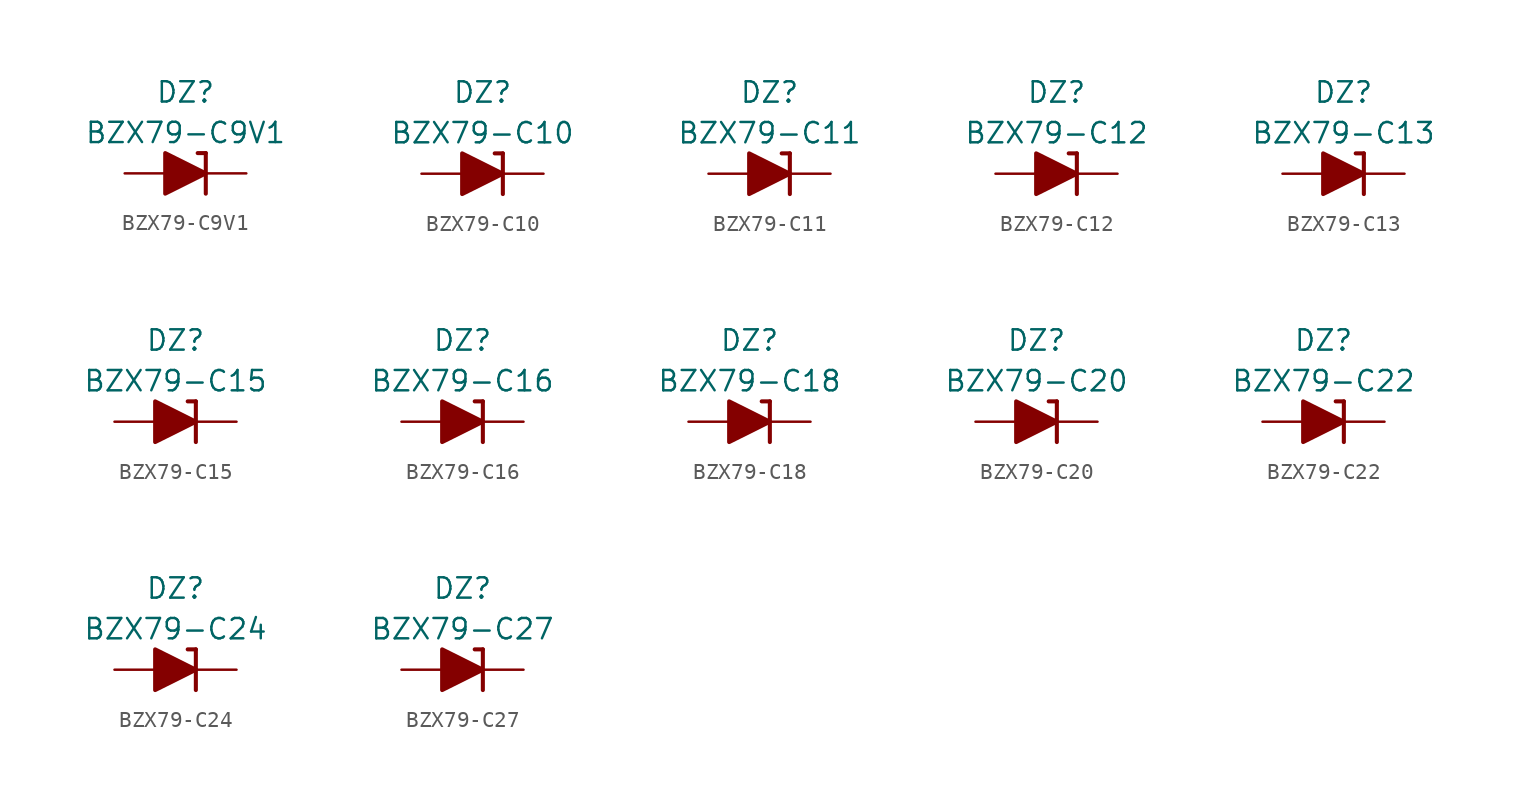
<source format=kicad_sym>
(kicad_symbol_lib
  (version 20201005)
  (generator kicad_symbol_editor)
  (symbol "Diode_Zener_AKL:BZX79-C9V1"
    (pin_numbers hide)
    (pin_names
      (offset 1.016) hide)
    (property "Reference" "DZ"
      (at 0 5.08 0)
      (effects (font (size 1.27 1.27))))
    (property "Value" "BZX79-C9V1"
      (at 0 2.54 0)
      (effects (font (size 1.27 1.27))))
    (symbol "BZX79-C9V1_0_1"
      (polyline (pts (xy -1.27 0) (xy 1.27 0)) (stroke (width 0)) (fill (type none)))
      (polyline (pts (xy 1.27 1.27) (xy 0.762 1.27)) (stroke (width 0.254)) (fill (type none)))
      (polyline (pts (xy 1.27 1.27) (xy 1.27 -1.27)) (stroke (width 0.254)) (fill (type none)))
      (polyline (pts (xy -1.27 -1.27) (xy -1.27 1.27) (xy 1.27 0) (xy -1.27 -1.27)) (stroke (width 0.254)) (fill (type outline))))
    (symbol "BZX79-C9V1_1_1"
      (pin passive line (at 3.81 0 180) (length 2.54) (name "K" (effects (font (size 1.27 1.27)))) (number "1" (effects (font (size 1.27 1.27)))))
      (pin passive line (at -3.81 0 0) (length 2.54) (name "A" (effects (font (size 1.27 1.27)))) (number "2" (effects (font (size 1.27 1.27)))))))
  (symbol "Diode_Zener_AKL:BZX79-C10"
    (pin_numbers hide)
    (pin_names
      (offset 1.016) hide)
    (property "Reference" "DZ"
      (at 0 5.08 0)
      (effects (font (size 1.27 1.27))))
    (property "Value" "BZX79-C10"
      (at 0 2.54 0)
      (effects (font (size 1.27 1.27))))
    (symbol "BZX79-C10_0_1"
      (polyline (pts (xy -1.27 0) (xy 1.27 0)) (stroke (width 0)) (fill (type none)))
      (polyline (pts (xy 1.27 1.27) (xy 0.762 1.27)) (stroke (width 0.254)) (fill (type none)))
      (polyline (pts (xy 1.27 1.27) (xy 1.27 -1.27)) (stroke (width 0.254)) (fill (type none)))
      (polyline (pts (xy -1.27 -1.27) (xy -1.27 1.27) (xy 1.27 0) (xy -1.27 -1.27)) (stroke (width 0.254)) (fill (type outline))))
    (symbol "BZX79-C10_1_1"
      (pin passive line (at 3.81 0 180) (length 2.54) (name "K" (effects (font (size 1.27 1.27)))) (number "1" (effects (font (size 1.27 1.27)))))
      (pin passive line (at -3.81 0 0) (length 2.54) (name "A" (effects (font (size 1.27 1.27)))) (number "2" (effects (font (size 1.27 1.27)))))))
  (symbol "Diode_Zener_AKL:BZX79-C11"
    (pin_numbers hide)
    (pin_names
      (offset 1.016) hide)
    (property "Reference" "DZ"
      (at 0 5.08 0)
      (effects (font (size 1.27 1.27))))
    (property "Value" "BZX79-C11"
      (at 0 2.54 0)
      (effects (font (size 1.27 1.27))))
    (symbol "BZX79-C11_0_1"
      (polyline (pts (xy -1.27 0) (xy 1.27 0)) (stroke (width 0)) (fill (type none)))
      (polyline (pts (xy 1.27 1.27) (xy 0.762 1.27)) (stroke (width 0.254)) (fill (type none)))
      (polyline (pts (xy 1.27 1.27) (xy 1.27 -1.27)) (stroke (width 0.254)) (fill (type none)))
      (polyline (pts (xy -1.27 -1.27) (xy -1.27 1.27) (xy 1.27 0) (xy -1.27 -1.27)) (stroke (width 0.254)) (fill (type outline))))
    (symbol "BZX79-C11_1_1"
      (pin passive line (at 3.81 0 180) (length 2.54) (name "K" (effects (font (size 1.27 1.27)))) (number "1" (effects (font (size 1.27 1.27)))))
      (pin passive line (at -3.81 0 0) (length 2.54) (name "A" (effects (font (size 1.27 1.27)))) (number "2" (effects (font (size 1.27 1.27)))))))
  (symbol "Diode_Zener_AKL:BZX79-C12"
    (pin_numbers hide)
    (pin_names
      (offset 1.016) hide)
    (property "Reference" "DZ"
      (at 0 5.08 0)
      (effects (font (size 1.27 1.27))))
    (property "Value" "BZX79-C12"
      (at 0 2.54 0)
      (effects (font (size 1.27 1.27))))
    (symbol "BZX79-C12_0_1"
      (polyline (pts (xy -1.27 0) (xy 1.27 0)) (stroke (width 0)) (fill (type none)))
      (polyline (pts (xy 1.27 1.27) (xy 0.762 1.27)) (stroke (width 0.254)) (fill (type none)))
      (polyline (pts (xy 1.27 1.27) (xy 1.27 -1.27)) (stroke (width 0.254)) (fill (type none)))
      (polyline (pts (xy -1.27 -1.27) (xy -1.27 1.27) (xy 1.27 0) (xy -1.27 -1.27)) (stroke (width 0.254)) (fill (type outline))))
    (symbol "BZX79-C12_1_1"
      (pin passive line (at 3.81 0 180) (length 2.54) (name "K" (effects (font (size 1.27 1.27)))) (number "1" (effects (font (size 1.27 1.27)))))
      (pin passive line (at -3.81 0 0) (length 2.54) (name "A" (effects (font (size 1.27 1.27)))) (number "2" (effects (font (size 1.27 1.27)))))))
  (symbol "Diode_Zener_AKL:BZX79-C13"
    (pin_numbers hide)
    (pin_names
      (offset 1.016) hide)
    (property "Reference" "DZ"
      (at 0 5.08 0)
      (effects (font (size 1.27 1.27))))
    (property "Value" "BZX79-C13"
      (at 0 2.54 0)
      (effects (font (size 1.27 1.27))))
    (symbol "BZX79-C13_0_1"
      (polyline (pts (xy -1.27 0) (xy 1.27 0)) (stroke (width 0)) (fill (type none)))
      (polyline (pts (xy 1.27 1.27) (xy 0.762 1.27)) (stroke (width 0.254)) (fill (type none)))
      (polyline (pts (xy 1.27 1.27) (xy 1.27 -1.27)) (stroke (width 0.254)) (fill (type none)))
      (polyline (pts (xy -1.27 -1.27) (xy -1.27 1.27) (xy 1.27 0) (xy -1.27 -1.27)) (stroke (width 0.254)) (fill (type outline))))
    (symbol "BZX79-C13_1_1"
      (pin passive line (at 3.81 0 180) (length 2.54) (name "K" (effects (font (size 1.27 1.27)))) (number "1" (effects (font (size 1.27 1.27)))))
      (pin passive line (at -3.81 0 0) (length 2.54) (name "A" (effects (font (size 1.27 1.27)))) (number "2" (effects (font (size 1.27 1.27)))))))
  (symbol "Diode_Zener_AKL:BZX79-C15"
    (pin_numbers hide)
    (pin_names
      (offset 1.016) hide)
    (property "Reference" "DZ"
      (at 0 5.08 0)
      (effects (font (size 1.27 1.27))))
    (property "Value" "BZX79-C15"
      (at 0 2.54 0)
      (effects (font (size 1.27 1.27))))
    (symbol "BZX79-C15_0_1"
      (polyline (pts (xy -1.27 0) (xy 1.27 0)) (stroke (width 0)) (fill (type none)))
      (polyline (pts (xy 1.27 1.27) (xy 0.762 1.27)) (stroke (width 0.254)) (fill (type none)))
      (polyline (pts (xy 1.27 1.27) (xy 1.27 -1.27)) (stroke (width 0.254)) (fill (type none)))
      (polyline (pts (xy -1.27 -1.27) (xy -1.27 1.27) (xy 1.27 0) (xy -1.27 -1.27)) (stroke (width 0.254)) (fill (type outline))))
    (symbol "BZX79-C15_1_1"
      (pin passive line (at 3.81 0 180) (length 2.54) (name "K" (effects (font (size 1.27 1.27)))) (number "1" (effects (font (size 1.27 1.27)))))
      (pin passive line (at -3.81 0 0) (length 2.54) (name "A" (effects (font (size 1.27 1.27)))) (number "2" (effects (font (size 1.27 1.27)))))))
  (symbol "Diode_Zener_AKL:BZX79-C16"
    (pin_numbers hide)
    (pin_names
      (offset 1.016) hide)
    (property "Reference" "DZ"
      (at 0 5.08 0)
      (effects (font (size 1.27 1.27))))
    (property "Value" "BZX79-C16"
      (at 0 2.54 0)
      (effects (font (size 1.27 1.27))))
    (symbol "BZX79-C16_0_1"
      (polyline (pts (xy -1.27 0) (xy 1.27 0)) (stroke (width 0)) (fill (type none)))
      (polyline (pts (xy 1.27 1.27) (xy 0.762 1.27)) (stroke (width 0.254)) (fill (type none)))
      (polyline (pts (xy 1.27 1.27) (xy 1.27 -1.27)) (stroke (width 0.254)) (fill (type none)))
      (polyline (pts (xy -1.27 -1.27) (xy -1.27 1.27) (xy 1.27 0) (xy -1.27 -1.27)) (stroke (width 0.254)) (fill (type outline))))
    (symbol "BZX79-C16_1_1"
      (pin passive line (at 3.81 0 180) (length 2.54) (name "K" (effects (font (size 1.27 1.27)))) (number "1" (effects (font (size 1.27 1.27)))))
      (pin passive line (at -3.81 0 0) (length 2.54) (name "A" (effects (font (size 1.27 1.27)))) (number "2" (effects (font (size 1.27 1.27)))))))
  (symbol "Diode_Zener_AKL:BZX79-C18"
    (pin_numbers hide)
    (pin_names
      (offset 1.016) hide)
    (property "Reference" "DZ"
      (at 0 5.08 0)
      (effects (font (size 1.27 1.27))))
    (property "Value" "BZX79-C18"
      (at 0 2.54 0)
      (effects (font (size 1.27 1.27))))
    (symbol "BZX79-C18_0_1"
      (polyline (pts (xy -1.27 0) (xy 1.27 0)) (stroke (width 0)) (fill (type none)))
      (polyline (pts (xy 1.27 1.27) (xy 0.762 1.27)) (stroke (width 0.254)) (fill (type none)))
      (polyline (pts (xy 1.27 1.27) (xy 1.27 -1.27)) (stroke (width 0.254)) (fill (type none)))
      (polyline (pts (xy -1.27 -1.27) (xy -1.27 1.27) (xy 1.27 0) (xy -1.27 -1.27)) (stroke (width 0.254)) (fill (type outline))))
    (symbol "BZX79-C18_1_1"
      (pin passive line (at 3.81 0 180) (length 2.54) (name "K" (effects (font (size 1.27 1.27)))) (number "1" (effects (font (size 1.27 1.27)))))
      (pin passive line (at -3.81 0 0) (length 2.54) (name "A" (effects (font (size 1.27 1.27)))) (number "2" (effects (font (size 1.27 1.27)))))))
  (symbol "Diode_Zener_AKL:BZX79-C20"
    (pin_numbers hide)
    (pin_names
      (offset 1.016) hide)
    (property "Reference" "DZ"
      (at 0 5.08 0)
      (effects (font (size 1.27 1.27))))
    (property "Value" "BZX79-C20"
      (at 0 2.54 0)
      (effects (font (size 1.27 1.27))))
    (symbol "BZX79-C20_0_1"
      (polyline (pts (xy -1.27 0) (xy 1.27 0)) (stroke (width 0)) (fill (type none)))
      (polyline (pts (xy 1.27 1.27) (xy 0.762 1.27)) (stroke (width 0.254)) (fill (type none)))
      (polyline (pts (xy 1.27 1.27) (xy 1.27 -1.27)) (stroke (width 0.254)) (fill (type none)))
      (polyline (pts (xy -1.27 -1.27) (xy -1.27 1.27) (xy 1.27 0) (xy -1.27 -1.27)) (stroke (width 0.254)) (fill (type outline))))
    (symbol "BZX79-C20_1_1"
      (pin passive line (at 3.81 0 180) (length 2.54) (name "K" (effects (font (size 1.27 1.27)))) (number "1" (effects (font (size 1.27 1.27)))))
      (pin passive line (at -3.81 0 0) (length 2.54) (name "A" (effects (font (size 1.27 1.27)))) (number "2" (effects (font (size 1.27 1.27)))))))
  (symbol "Diode_Zener_AKL:BZX79-C22"
    (pin_numbers hide)
    (pin_names
      (offset 1.016) hide)
    (property "Reference" "DZ"
      (at 0 5.08 0)
      (effects (font (size 1.27 1.27))))
    (property "Value" "BZX79-C22"
      (at 0 2.54 0)
      (effects (font (size 1.27 1.27))))
    (symbol "BZX79-C22_0_1"
      (polyline (pts (xy -1.27 0) (xy 1.27 0)) (stroke (width 0)) (fill (type none)))
      (polyline (pts (xy 1.27 1.27) (xy 0.762 1.27)) (stroke (width 0.254)) (fill (type none)))
      (polyline (pts (xy 1.27 1.27) (xy 1.27 -1.27)) (stroke (width 0.254)) (fill (type none)))
      (polyline (pts (xy -1.27 -1.27) (xy -1.27 1.27) (xy 1.27 0) (xy -1.27 -1.27)) (stroke (width 0.254)) (fill (type outline))))
    (symbol "BZX79-C22_1_1"
      (pin passive line (at 3.81 0 180) (length 2.54) (name "K" (effects (font (size 1.27 1.27)))) (number "1" (effects (font (size 1.27 1.27)))))
      (pin passive line (at -3.81 0 0) (length 2.54) (name "A" (effects (font (size 1.27 1.27)))) (number "2" (effects (font (size 1.27 1.27)))))))
  (symbol "Diode_Zener_AKL:BZX79-C24"
    (pin_numbers hide)
    (pin_names
      (offset 1.016) hide)
    (property "Reference" "DZ"
      (at 0 5.08 0)
      (effects (font (size 1.27 1.27))))
    (property "Value" "BZX79-C24"
      (at 0 2.54 0)
      (effects (font (size 1.27 1.27))))
    (symbol "BZX79-C24_0_1"
      (polyline (pts (xy -1.27 0) (xy 1.27 0)) (stroke (width 0)) (fill (type none)))
      (polyline (pts (xy 1.27 1.27) (xy 0.762 1.27)) (stroke (width 0.254)) (fill (type none)))
      (polyline (pts (xy 1.27 1.27) (xy 1.27 -1.27)) (stroke (width 0.254)) (fill (type none)))
      (polyline (pts (xy -1.27 -1.27) (xy -1.27 1.27) (xy 1.27 0) (xy -1.27 -1.27)) (stroke (width 0.254)) (fill (type outline))))
    (symbol "BZX79-C24_1_1"
      (pin passive line (at 3.81 0 180) (length 2.54) (name "K" (effects (font (size 1.27 1.27)))) (number "1" (effects (font (size 1.27 1.27)))))
      (pin passive line (at -3.81 0 0) (length 2.54) (name "A" (effects (font (size 1.27 1.27)))) (number "2" (effects (font (size 1.27 1.27)))))))
  (symbol "Diode_Zener_AKL:BZX79-C27"
    (pin_numbers hide)
    (pin_names
      (offset 1.016) hide)
    (property "Reference" "DZ"
      (at 0 5.08 0)
      (effects (font (size 1.27 1.27))))
    (property "Value" "BZX79-C27"
      (at 0 2.54 0)
      (effects (font (size 1.27 1.27))))
    (symbol "BZX79-C27_0_1"
      (polyline (pts (xy -1.27 0) (xy 1.27 0)) (stroke (width 0)) (fill (type none)))
      (polyline (pts (xy 1.27 1.27) (xy 0.762 1.27)) (stroke (width 0.254)) (fill (type none)))
      (polyline (pts (xy 1.27 1.27) (xy 1.27 -1.27)) (stroke (width 0.254)) (fill (type none)))
      (polyline (pts (xy -1.27 -1.27) (xy -1.27 1.27) (xy 1.27 0) (xy -1.27 -1.27)) (stroke (width 0.254)) (fill (type outline))))
    (symbol "BZX79-C27_1_1"
      (pin passive line (at 3.81 0 180) (length 2.54) (name "K" (effects (font (size 1.27 1.27)))) (number "1" (effects (font (size 1.27 1.27)))))
      (pin passive line (at -3.81 0 0) (length 2.54) (name "A" (effects (font (size 1.27 1.27)))) (number "2" (effects (font (size 1.27 1.27))))))))
</source>
